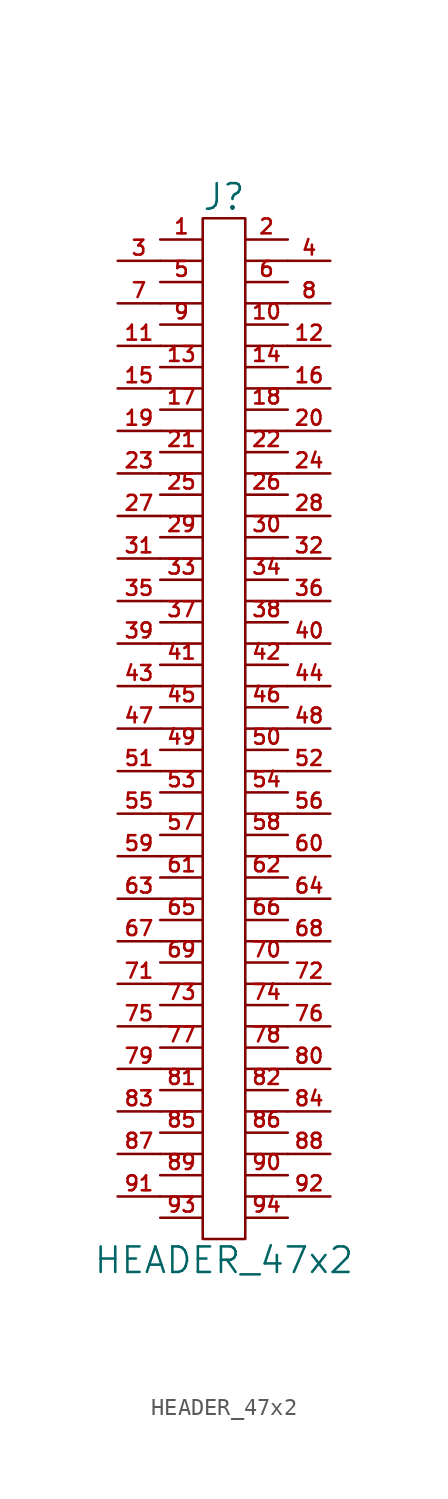
<source format=kicad_sym>
(kicad_symbol_lib
  (version 20211014)
  (generator kicad_symbol_editor)
  (symbol "HEADER_47x2"
    (pin_names
      (offset 0))
    (property "Reference" "J"
      (at 0 31.75 0)
      (effects (font (size 1.524 1.524))))
    (property "Value" "HEADER_47x2"
      (at 0 -31.75 0)
      (effects (font (size 1.524 1.524))))
    (property "Footprint" ""
      (at 0 5.08 0)
      (effects (font (size 1.524 1.524))))
    (property "Datasheet" ""
      (at 0 5.08 0)
      (effects (font (size 1.524 1.524))))
    (symbol "HEADER_47x2_0_1"
      (polyline (pts (xy -3.81 -27.94) (xy -1.27 -27.94)) (stroke (width 0) (type default) (color 0 0 0 0)) (fill (type none)))
      (polyline (pts (xy -3.81 -25.4) (xy -1.27 -25.4)) (stroke (width 0) (type default) (color 0 0 0 0)) (fill (type none)))
      (polyline (pts (xy -3.81 -22.86) (xy -1.27 -22.86)) (stroke (width 0) (type default) (color 0 0 0 0)) (fill (type none)))
      (polyline (pts (xy -3.81 -20.32) (xy -1.27 -20.32)) (stroke (width 0) (type default) (color 0 0 0 0)) (fill (type none)))
      (polyline (pts (xy -3.81 -17.78) (xy -1.27 -17.78)) (stroke (width 0) (type default) (color 0 0 0 0)) (fill (type none)))
      (polyline (pts (xy -3.81 -15.24) (xy -1.27 -15.24)) (stroke (width 0) (type default) (color 0 0 0 0)) (fill (type none)))
      (polyline (pts (xy -3.81 -12.7) (xy -1.27 -12.7)) (stroke (width 0) (type default) (color 0 0 0 0)) (fill (type none)))
      (polyline (pts (xy -3.81 -10.16) (xy -1.27 -10.16)) (stroke (width 0) (type default) (color 0 0 0 0)) (fill (type none)))
      (polyline (pts (xy -3.81 -7.62) (xy -1.27 -7.62)) (stroke (width 0) (type default) (color 0 0 0 0)) (fill (type none)))
      (polyline (pts (xy -3.81 -5.08) (xy -1.27 -5.08)) (stroke (width 0) (type default) (color 0 0 0 0)) (fill (type none)))
      (polyline (pts (xy -3.81 -2.54) (xy -1.27 -2.54)) (stroke (width 0) (type default) (color 0 0 0 0)) (fill (type none)))
      (polyline (pts (xy -3.81 0) (xy -1.27 0)) (stroke (width 0) (type default) (color 0 0 0 0)) (fill (type none)))
      (polyline (pts (xy -3.81 2.54) (xy -1.27 2.54)) (stroke (width 0) (type default) (color 0 0 0 0)) (fill (type none)))
      (polyline (pts (xy -3.81 5.08) (xy -1.27 5.08)) (stroke (width 0) (type default) (color 0 0 0 0)) (fill (type none)))
      (polyline (pts (xy -3.81 7.62) (xy -1.27 7.62)) (stroke (width 0) (type default) (color 0 0 0 0)) (fill (type none)))
      (polyline (pts (xy -3.81 10.16) (xy -1.27 10.16)) (stroke (width 0) (type default) (color 0 0 0 0)) (fill (type none)))
      (polyline (pts (xy -3.81 12.7) (xy -1.27 12.7)) (stroke (width 0) (type default) (color 0 0 0 0)) (fill (type none)))
      (polyline (pts (xy -3.81 15.24) (xy -1.27 15.24)) (stroke (width 0) (type default) (color 0 0 0 0)) (fill (type none)))
      (polyline (pts (xy -3.81 17.78) (xy -1.27 17.78)) (stroke (width 0) (type default) (color 0 0 0 0)) (fill (type none)))
      (polyline (pts (xy -3.81 20.32) (xy -1.27 20.32)) (stroke (width 0) (type default) (color 0 0 0 0)) (fill (type none)))
      (polyline (pts (xy -3.81 22.86) (xy -1.27 22.86)) (stroke (width 0) (type default) (color 0 0 0 0)) (fill (type none)))
      (polyline (pts (xy -3.81 25.4) (xy -1.27 25.4)) (stroke (width 0) (type default) (color 0 0 0 0)) (fill (type none)))
      (polyline (pts (xy -3.81 27.94) (xy -1.27 27.94)) (stroke (width 0) (type default) (color 0 0 0 0)) (fill (type none)))
      (polyline (pts (xy 1.27 -27.94) (xy 3.81 -27.94)) (stroke (width 0) (type default) (color 0 0 0 0)) (fill (type none)))
      (polyline (pts (xy 1.27 -25.4) (xy 3.81 -25.4)) (stroke (width 0) (type default) (color 0 0 0 0)) (fill (type none)))
      (polyline (pts (xy 1.27 -22.86) (xy 3.81 -22.86)) (stroke (width 0) (type default) (color 0 0 0 0)) (fill (type none)))
      (polyline (pts (xy 1.27 -20.32) (xy 3.81 -20.32)) (stroke (width 0) (type default) (color 0 0 0 0)) (fill (type none)))
      (polyline (pts (xy 1.27 -17.78) (xy 3.81 -17.78)) (stroke (width 0) (type default) (color 0 0 0 0)) (fill (type none)))
      (polyline (pts (xy 1.27 -15.24) (xy 3.81 -15.24)) (stroke (width 0) (type default) (color 0 0 0 0)) (fill (type none)))
      (polyline (pts (xy 1.27 -12.7) (xy 3.81 -12.7)) (stroke (width 0) (type default) (color 0 0 0 0)) (fill (type none)))
      (polyline (pts (xy 1.27 -10.16) (xy 3.81 -10.16)) (stroke (width 0) (type default) (color 0 0 0 0)) (fill (type none)))
      (polyline (pts (xy 1.27 -7.62) (xy 3.81 -7.62)) (stroke (width 0) (type default) (color 0 0 0 0)) (fill (type none)))
      (polyline (pts (xy 1.27 -5.08) (xy 3.81 -5.08)) (stroke (width 0) (type default) (color 0 0 0 0)) (fill (type none)))
      (polyline (pts (xy 1.27 -2.54) (xy 3.81 -2.54)) (stroke (width 0) (type default) (color 0 0 0 0)) (fill (type none)))
      (polyline (pts (xy 1.27 0) (xy 3.81 0)) (stroke (width 0) (type default) (color 0 0 0 0)) (fill (type none)))
      (polyline (pts (xy 1.27 2.54) (xy 3.81 2.54)) (stroke (width 0) (type default) (color 0 0 0 0)) (fill (type none)))
      (polyline (pts (xy 1.27 5.08) (xy 3.81 5.08)) (stroke (width 0) (type default) (color 0 0 0 0)) (fill (type none)))
      (polyline (pts (xy 1.27 7.62) (xy 3.81 7.62)) (stroke (width 0) (type default) (color 0 0 0 0)) (fill (type none)))
      (polyline (pts (xy 1.27 10.16) (xy 3.81 10.16)) (stroke (width 0) (type default) (color 0 0 0 0)) (fill (type none)))
      (polyline (pts (xy 1.27 12.7) (xy 3.81 12.7)) (stroke (width 0) (type default) (color 0 0 0 0)) (fill (type none)))
      (polyline (pts (xy 1.27 15.24) (xy 3.81 15.24)) (stroke (width 0) (type default) (color 0 0 0 0)) (fill (type none)))
      (polyline (pts (xy 1.27 17.78) (xy 3.81 17.78)) (stroke (width 0) (type default) (color 0 0 0 0)) (fill (type none)))
      (polyline (pts (xy 1.27 20.32) (xy 3.81 20.32)) (stroke (width 0) (type default) (color 0 0 0 0)) (fill (type none)))
      (polyline (pts (xy 1.27 22.86) (xy 3.81 22.86)) (stroke (width 0) (type default) (color 0 0 0 0)) (fill (type none)))
      (polyline (pts (xy 1.27 25.4) (xy 3.81 25.4)) (stroke (width 0) (type default) (color 0 0 0 0)) (fill (type none)))
      (polyline (pts (xy 1.27 27.94) (xy 3.81 27.94)) (stroke (width 0) (type default) (color 0 0 0 0)) (fill (type none)))
      (rectangle (start 1.27 -30.48) (end -1.27 30.48) (stroke (width 0) (type default) (color 0 0 0 0)) (fill (type none))))
    (symbol "HEADER_47x2_1_1"
      (pin passive line (at -3.81 29.21 0) (length 2.54) (name "~" (effects (font (size 1.27 1.27)))) (number "1" (effects (font (size 0.889 0.889)))))
      (pin passive line (at 3.81 24.13 180) (length 2.54) (name "~" (effects (font (size 1.27 1.27)))) (number "10" (effects (font (size 0.889 0.889)))))
      (pin passive line (at -6.35 22.86 0) (length 2.54) (name "~" (effects (font (size 1.27 1.27)))) (number "11" (effects (font (size 0.889 0.889)))))
      (pin passive line (at 6.35 22.86 180) (length 2.54) (name "~" (effects (font (size 1.27 1.27)))) (number "12" (effects (font (size 0.889 0.889)))))
      (pin passive line (at -3.81 21.59 0) (length 2.54) (name "~" (effects (font (size 1.27 1.27)))) (number "13" (effects (font (size 0.889 0.889)))))
      (pin passive line (at 3.81 21.59 180) (length 2.54) (name "~" (effects (font (size 1.27 1.27)))) (number "14" (effects (font (size 0.889 0.889)))))
      (pin passive line (at -6.35 20.32 0) (length 2.54) (name "~" (effects (font (size 1.27 1.27)))) (number "15" (effects (font (size 0.889 0.889)))))
      (pin passive line (at 6.35 20.32 180) (length 2.54) (name "~" (effects (font (size 1.27 1.27)))) (number "16" (effects (font (size 0.889 0.889)))))
      (pin passive line (at -3.81 19.05 0) (length 2.54) (name "~" (effects (font (size 1.27 1.27)))) (number "17" (effects (font (size 0.889 0.889)))))
      (pin passive line (at 3.81 19.05 180) (length 2.54) (name "~" (effects (font (size 1.27 1.27)))) (number "18" (effects (font (size 0.889 0.889)))))
      (pin passive line (at -6.35 17.78 0) (length 2.54) (name "~" (effects (font (size 1.27 1.27)))) (number "19" (effects (font (size 0.889 0.889)))))
      (pin passive line (at 3.81 29.21 180) (length 2.54) (name "~" (effects (font (size 1.27 1.27)))) (number "2" (effects (font (size 0.889 0.889)))))
      (pin passive line (at 6.35 17.78 180) (length 2.54) (name "~" (effects (font (size 1.27 1.27)))) (number "20" (effects (font (size 0.889 0.889)))))
      (pin passive line (at -3.81 16.51 0) (length 2.54) (name "~" (effects (font (size 1.27 1.27)))) (number "21" (effects (font (size 0.889 0.889)))))
      (pin passive line (at 3.81 16.51 180) (length 2.54) (name "~" (effects (font (size 1.27 1.27)))) (number "22" (effects (font (size 0.889 0.889)))))
      (pin passive line (at -6.35 15.24 0) (length 2.54) (name "~" (effects (font (size 1.27 1.27)))) (number "23" (effects (font (size 0.889 0.889)))))
      (pin passive line (at 6.35 15.24 180) (length 2.54) (name "~" (effects (font (size 1.27 1.27)))) (number "24" (effects (font (size 0.889 0.889)))))
      (pin passive line (at -3.81 13.97 0) (length 2.54) (name "~" (effects (font (size 1.27 1.27)))) (number "25" (effects (font (size 0.889 0.889)))))
      (pin passive line (at 3.81 13.97 180) (length 2.54) (name "~" (effects (font (size 1.27 1.27)))) (number "26" (effects (font (size 0.889 0.889)))))
      (pin passive line (at -6.35 12.7 0) (length 2.54) (name "~" (effects (font (size 1.27 1.27)))) (number "27" (effects (font (size 0.889 0.889)))))
      (pin passive line (at 6.35 12.7 180) (length 2.54) (name "~" (effects (font (size 1.27 1.27)))) (number "28" (effects (font (size 0.889 0.889)))))
      (pin passive line (at -3.81 11.43 0) (length 2.54) (name "~" (effects (font (size 1.27 1.27)))) (number "29" (effects (font (size 0.889 0.889)))))
      (pin passive line (at -6.35 27.94 0) (length 2.54) (name "~" (effects (font (size 1.27 1.27)))) (number "3" (effects (font (size 0.889 0.889)))))
      (pin passive line (at 3.81 11.43 180) (length 2.54) (name "~" (effects (font (size 1.27 1.27)))) (number "30" (effects (font (size 0.889 0.889)))))
      (pin passive line (at -6.35 10.16 0) (length 2.54) (name "~" (effects (font (size 1.27 1.27)))) (number "31" (effects (font (size 0.889 0.889)))))
      (pin passive line (at 6.35 10.16 180) (length 2.54) (name "~" (effects (font (size 1.27 1.27)))) (number "32" (effects (font (size 0.889 0.889)))))
      (pin passive line (at -3.81 8.89 0) (length 2.54) (name "~" (effects (font (size 1.27 1.27)))) (number "33" (effects (font (size 0.889 0.889)))))
      (pin passive line (at 3.81 8.89 180) (length 2.54) (name "~" (effects (font (size 1.27 1.27)))) (number "34" (effects (font (size 0.889 0.889)))))
      (pin passive line (at -6.35 7.62 0) (length 2.54) (name "~" (effects (font (size 1.27 1.27)))) (number "35" (effects (font (size 0.889 0.889)))))
      (pin passive line (at 6.35 7.62 180) (length 2.54) (name "~" (effects (font (size 1.27 1.27)))) (number "36" (effects (font (size 0.889 0.889)))))
      (pin passive line (at -3.81 6.35 0) (length 2.54) (name "~" (effects (font (size 0.889 0.889)))) (number "37" (effects (font (size 0.889 0.889)))))
      (pin passive line (at 3.81 6.35 180) (length 2.54) (name "~" (effects (font (size 1.27 1.27)))) (number "38" (effects (font (size 0.889 0.889)))))
      (pin passive line (at -6.35 5.08 0) (length 2.54) (name "~" (effects (font (size 1.27 1.27)))) (number "39" (effects (font (size 0.889 0.889)))))
      (pin passive line (at 6.35 27.94 180) (length 2.54) (name "~" (effects (font (size 1.27 1.27)))) (number "4" (effects (font (size 0.889 0.889)))))
      (pin passive line (at 6.35 5.08 180) (length 2.54) (name "~" (effects (font (size 1.27 1.27)))) (number "40" (effects (font (size 0.889 0.889)))))
      (pin passive line (at -3.81 3.81 0) (length 2.54) (name "~" (effects (font (size 1.27 1.27)))) (number "41" (effects (font (size 0.889 0.889)))))
      (pin passive line (at 3.81 3.81 180) (length 2.54) (name "~" (effects (font (size 1.27 1.27)))) (number "42" (effects (font (size 0.889 0.889)))))
      (pin passive line (at -6.35 2.54 0) (length 2.54) (name "~" (effects (font (size 1.27 1.27)))) (number "43" (effects (font (size 0.889 0.889)))))
      (pin passive line (at 6.35 2.54 180) (length 2.54) (name "~" (effects (font (size 1.27 1.27)))) (number "44" (effects (font (size 0.889 0.889)))))
      (pin passive line (at -3.81 1.27 0) (length 2.54) (name "~" (effects (font (size 1.27 1.27)))) (number "45" (effects (font (size 0.889 0.889)))))
      (pin passive line (at 3.81 1.27 180) (length 2.54) (name "~" (effects (font (size 1.27 1.27)))) (number "46" (effects (font (size 0.889 0.889)))))
      (pin passive line (at -6.35 0 0) (length 2.54) (name "~" (effects (font (size 1.27 1.27)))) (number "47" (effects (font (size 0.889 0.889)))))
      (pin passive line (at 6.35 0 180) (length 2.54) (name "~" (effects (font (size 1.27 1.27)))) (number "48" (effects (font (size 0.889 0.889)))))
      (pin passive line (at -3.81 -1.27 0) (length 2.54) (name "~" (effects (font (size 1.27 1.27)))) (number "49" (effects (font (size 0.889 0.889)))))
      (pin passive line (at -3.81 26.67 0) (length 2.54) (name "~" (effects (font (size 1.27 1.27)))) (number "5" (effects (font (size 0.889 0.889)))))
      (pin passive line (at 3.81 -1.27 180) (length 2.54) (name "~" (effects (font (size 1.27 1.27)))) (number "50" (effects (font (size 0.889 0.889)))))
      (pin passive line (at -6.35 -2.54 0) (length 2.54) (name "~" (effects (font (size 1.27 1.27)))) (number "51" (effects (font (size 0.889 0.889)))))
      (pin passive line (at 6.35 -2.54 180) (length 2.54) (name "~" (effects (font (size 1.27 1.27)))) (number "52" (effects (font (size 0.889 0.889)))))
      (pin passive line (at -3.81 -3.81 0) (length 2.54) (name "~" (effects (font (size 1.27 1.27)))) (number "53" (effects (font (size 0.889 0.889)))))
      (pin passive line (at 3.81 -3.81 180) (length 2.54) (name "~" (effects (font (size 1.27 1.27)))) (number "54" (effects (font (size 0.889 0.889)))))
      (pin passive line (at -6.35 -5.08 0) (length 2.54) (name "~" (effects (font (size 1.27 1.27)))) (number "55" (effects (font (size 0.889 0.889)))))
      (pin passive line (at 6.35 -5.08 180) (length 2.54) (name "~" (effects (font (size 1.27 1.27)))) (number "56" (effects (font (size 0.889 0.889)))))
      (pin passive line (at -3.81 -6.35 0) (length 2.54) (name "~" (effects (font (size 1.27 1.27)))) (number "57" (effects (font (size 0.889 0.889)))))
      (pin passive line (at 3.81 -6.35 180) (length 2.54) (name "~" (effects (font (size 1.27 1.27)))) (number "58" (effects (font (size 0.889 0.889)))))
      (pin passive line (at -6.35 -7.62 0) (length 2.54) (name "~" (effects (font (size 1.27 1.27)))) (number "59" (effects (font (size 0.889 0.889)))))
      (pin passive line (at 3.81 26.67 180) (length 2.54) (name "~" (effects (font (size 1.27 1.27)))) (number "6" (effects (font (size 0.889 0.889)))))
      (pin passive line (at 6.35 -7.62 180) (length 2.54) (name "~" (effects (font (size 1.27 1.27)))) (number "60" (effects (font (size 0.889 0.889)))))
      (pin passive line (at -3.81 -8.89 0) (length 2.54) (name "~" (effects (font (size 1.27 1.27)))) (number "61" (effects (font (size 0.889 0.889)))))
      (pin passive line (at 3.81 -8.89 180) (length 2.54) (name "~" (effects (font (size 1.27 1.27)))) (number "62" (effects (font (size 0.889 0.889)))))
      (pin passive line (at -6.35 -10.16 0) (length 2.54) (name "~" (effects (font (size 1.27 1.27)))) (number "63" (effects (font (size 0.889 0.889)))))
      (pin passive line (at 6.35 -10.16 180) (length 2.54) (name "~" (effects (font (size 1.27 1.27)))) (number "64" (effects (font (size 0.889 0.889)))))
      (pin passive line (at -3.81 -11.43 0) (length 2.54) (name "~" (effects (font (size 1.27 1.27)))) (number "65" (effects (font (size 0.889 0.889)))))
      (pin passive line (at 3.81 -11.43 180) (length 2.54) (name "~" (effects (font (size 1.27 1.27)))) (number "66" (effects (font (size 0.889 0.889)))))
      (pin passive line (at -6.35 -12.7 0) (length 2.54) (name "~" (effects (font (size 1.27 1.27)))) (number "67" (effects (font (size 0.889 0.889)))))
      (pin passive line (at 6.35 -12.7 180) (length 2.54) (name "~" (effects (font (size 1.27 1.27)))) (number "68" (effects (font (size 0.889 0.889)))))
      (pin passive line (at -3.81 -13.97 0) (length 2.54) (name "~" (effects (font (size 1.27 1.27)))) (number "69" (effects (font (size 0.889 0.889)))))
      (pin passive line (at -6.35 25.4 0) (length 2.54) (name "~" (effects (font (size 1.27 1.27)))) (number "7" (effects (font (size 0.889 0.889)))))
      (pin passive line (at 3.81 -13.97 180) (length 2.54) (name "~" (effects (font (size 1.27 1.27)))) (number "70" (effects (font (size 0.889 0.889)))))
      (pin passive line (at -6.35 -15.24 0) (length 2.54) (name "~" (effects (font (size 1.27 1.27)))) (number "71" (effects (font (size 0.889 0.889)))))
      (pin passive line (at 6.35 -15.24 180) (length 2.54) (name "~" (effects (font (size 1.27 1.27)))) (number "72" (effects (font (size 0.889 0.889)))))
      (pin passive line (at -3.81 -16.51 0) (length 2.54) (name "~" (effects (font (size 1.27 1.27)))) (number "73" (effects (font (size 0.889 0.889)))))
      (pin passive line (at 3.81 -16.51 180) (length 2.54) (name "~" (effects (font (size 1.27 1.27)))) (number "74" (effects (font (size 0.889 0.889)))))
      (pin passive line (at -6.35 -17.78 0) (length 2.54) (name "~" (effects (font (size 1.27 1.27)))) (number "75" (effects (font (size 0.889 0.889)))))
      (pin passive line (at 6.35 -17.78 180) (length 2.54) (name "~" (effects (font (size 1.27 1.27)))) (number "76" (effects (font (size 0.889 0.889)))))
      (pin passive line (at -3.81 -19.05 0) (length 2.54) (name "~" (effects (font (size 1.27 1.27)))) (number "77" (effects (font (size 0.889 0.889)))))
      (pin passive line (at 3.81 -19.05 180) (length 2.54) (name "~" (effects (font (size 1.27 1.27)))) (number "78" (effects (font (size 0.889 0.889)))))
      (pin passive line (at -6.35 -20.32 0) (length 2.54) (name "~" (effects (font (size 1.27 1.27)))) (number "79" (effects (font (size 0.889 0.889)))))
      (pin passive line (at 6.35 25.4 180) (length 2.54) (name "~" (effects (font (size 1.27 1.27)))) (number "8" (effects (font (size 0.889 0.889)))))
      (pin passive line (at 6.35 -20.32 180) (length 2.54) (name "~" (effects (font (size 1.27 1.27)))) (number "80" (effects (font (size 0.889 0.889)))))
      (pin passive line (at -3.81 -21.59 0) (length 2.54) (name "~" (effects (font (size 1.27 1.27)))) (number "81" (effects (font (size 0.889 0.889)))))
      (pin passive line (at 3.81 -21.59 180) (length 2.54) (name "~" (effects (font (size 1.27 1.27)))) (number "82" (effects (font (size 0.889 0.889)))))
      (pin passive line (at -6.35 -22.86 0) (length 2.54) (name "~" (effects (font (size 1.27 1.27)))) (number "83" (effects (font (size 0.889 0.889)))))
      (pin passive line (at 6.35 -22.86 180) (length 2.54) (name "~" (effects (font (size 1.27 1.27)))) (number "84" (effects (font (size 0.889 0.889)))))
      (pin passive line (at -3.81 -24.13 0) (length 2.54) (name "~" (effects (font (size 1.27 1.27)))) (number "85" (effects (font (size 0.889 0.889)))))
      (pin passive line (at 3.81 -24.13 180) (length 2.54) (name "~" (effects (font (size 1.27 1.27)))) (number "86" (effects (font (size 0.889 0.889)))))
      (pin passive line (at -6.35 -25.4 0) (length 2.54) (name "~" (effects (font (size 1.27 1.27)))) (number "87" (effects (font (size 0.889 0.889)))))
      (pin passive line (at 6.35 -25.4 180) (length 2.54) (name "~" (effects (font (size 1.27 1.27)))) (number "88" (effects (font (size 0.889 0.889)))))
      (pin passive line (at -3.81 -26.67 0) (length 2.54) (name "~" (effects (font (size 1.27 1.27)))) (number "89" (effects (font (size 0.889 0.889)))))
      (pin passive line (at -3.81 24.13 0) (length 2.54) (name "~" (effects (font (size 1.27 1.27)))) (number "9" (effects (font (size 0.889 0.889)))))
      (pin passive line (at 3.81 -26.67 180) (length 2.54) (name "~" (effects (font (size 1.27 1.27)))) (number "90" (effects (font (size 0.889 0.889)))))
      (pin passive line (at -6.35 -27.94 0) (length 2.54) (name "~" (effects (font (size 1.27 1.27)))) (number "91" (effects (font (size 0.889 0.889)))))
      (pin passive line (at 6.35 -27.94 180) (length 2.54) (name "~" (effects (font (size 1.27 1.27)))) (number "92" (effects (font (size 0.889 0.889)))))
      (pin passive line (at -3.81 -29.21 0) (length 2.54) (name "~" (effects (font (size 1.27 1.27)))) (number "93" (effects (font (size 0.889 0.889)))))
      (pin passive line (at 3.81 -29.21 180) (length 2.54) (name "~" (effects (font (size 1.27 1.27)))) (number "94" (effects (font (size 0.889 0.889))))))))
</source>
